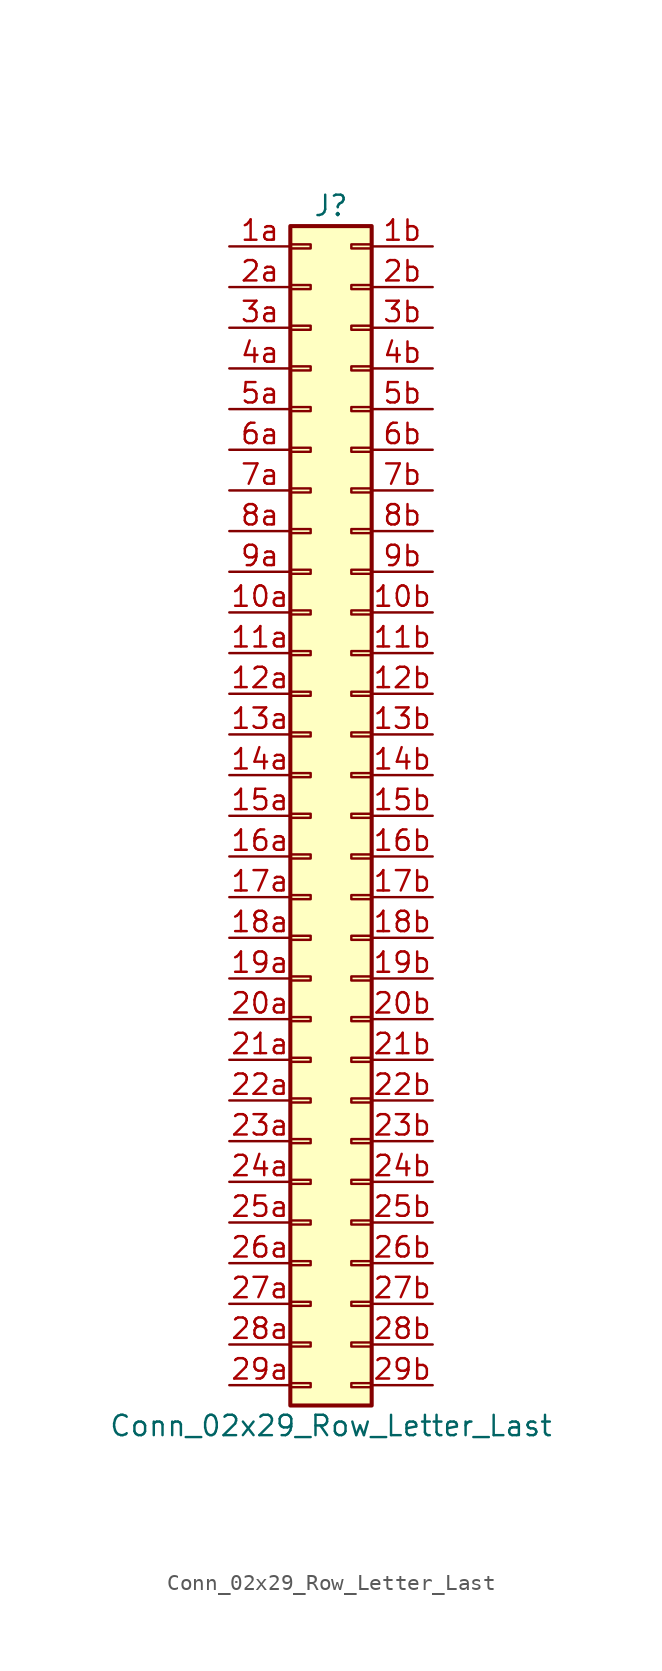
<source format=kicad_sym>
(kicad_symbol_lib
  (version 20220914)
  (generator kicad_symbol_editor)
  (symbol "Conn_02x29_Row_Letter_Last"
    (pin_names
      (offset 1.016) hide)
    (property "Reference" "J"
      (at 1.27 38.1 0)
      (effects (font (size 1.27 1.27))))
    (property "Value" "Conn_02x29_Row_Letter_Last"
      (at 1.27 -38.1 0)
      (effects (font (size 1.27 1.27))))
    (symbol "Conn_02x29_Row_Letter_Last_1_1"
      (rectangle (start -1.27 -35.433) (end 0 -35.687) (stroke (width 0.152) (type default)) (fill (type none)))
      (rectangle (start -1.27 -32.893) (end 0 -33.147) (stroke (width 0.152) (type default)) (fill (type none)))
      (rectangle (start -1.27 -30.353) (end 0 -30.607) (stroke (width 0.152) (type default)) (fill (type none)))
      (rectangle (start -1.27 -27.813) (end 0 -28.067) (stroke (width 0.152) (type default)) (fill (type none)))
      (rectangle (start -1.27 -25.273) (end 0 -25.527) (stroke (width 0.152) (type default)) (fill (type none)))
      (rectangle (start -1.27 -22.733) (end 0 -22.987) (stroke (width 0.152) (type default)) (fill (type none)))
      (rectangle (start -1.27 -20.193) (end 0 -20.447) (stroke (width 0.152) (type default)) (fill (type none)))
      (rectangle (start -1.27 -17.653) (end 0 -17.907) (stroke (width 0.152) (type default)) (fill (type none)))
      (rectangle (start -1.27 -15.113) (end 0 -15.367) (stroke (width 0.152) (type default)) (fill (type none)))
      (rectangle (start -1.27 -12.573) (end 0 -12.827) (stroke (width 0.152) (type default)) (fill (type none)))
      (rectangle (start -1.27 -10.033) (end 0 -10.287) (stroke (width 0.152) (type default)) (fill (type none)))
      (rectangle (start -1.27 -7.493) (end 0 -7.747) (stroke (width 0.152) (type default)) (fill (type none)))
      (rectangle (start -1.27 -4.953) (end 0 -5.207) (stroke (width 0.152) (type default)) (fill (type none)))
      (rectangle (start -1.27 -2.413) (end 0 -2.667) (stroke (width 0.152) (type default)) (fill (type none)))
      (rectangle (start -1.27 0.127) (end 0 -0.127) (stroke (width 0.152) (type default)) (fill (type none)))
      (rectangle (start -1.27 2.667) (end 0 2.413) (stroke (width 0.152) (type default)) (fill (type none)))
      (rectangle (start -1.27 5.207) (end 0 4.953) (stroke (width 0.152) (type default)) (fill (type none)))
      (rectangle (start -1.27 7.747) (end 0 7.493) (stroke (width 0.152) (type default)) (fill (type none)))
      (rectangle (start -1.27 10.287) (end 0 10.033) (stroke (width 0.152) (type default)) (fill (type none)))
      (rectangle (start -1.27 12.827) (end 0 12.573) (stroke (width 0.152) (type default)) (fill (type none)))
      (rectangle (start -1.27 15.367) (end 0 15.113) (stroke (width 0.152) (type default)) (fill (type none)))
      (rectangle (start -1.27 17.907) (end 0 17.653) (stroke (width 0.152) (type default)) (fill (type none)))
      (rectangle (start -1.27 20.447) (end 0 20.193) (stroke (width 0.152) (type default)) (fill (type none)))
      (rectangle (start -1.27 22.987) (end 0 22.733) (stroke (width 0.152) (type default)) (fill (type none)))
      (rectangle (start -1.27 25.527) (end 0 25.273) (stroke (width 0.152) (type default)) (fill (type none)))
      (rectangle (start -1.27 28.067) (end 0 27.813) (stroke (width 0.152) (type default)) (fill (type none)))
      (rectangle (start -1.27 30.607) (end 0 30.353) (stroke (width 0.152) (type default)) (fill (type none)))
      (rectangle (start -1.27 33.147) (end 0 32.893) (stroke (width 0.152) (type default)) (fill (type none)))
      (rectangle (start -1.27 35.687) (end 0 35.433) (stroke (width 0.152) (type default)) (fill (type none)))
      (rectangle (start -1.27 36.83) (end 3.81 -36.83) (stroke (width 0.254) (type default)) (fill (type background)))
      (rectangle (start 3.81 -35.433) (end 2.54 -35.687) (stroke (width 0.152) (type default)) (fill (type none)))
      (rectangle (start 3.81 -32.893) (end 2.54 -33.147) (stroke (width 0.152) (type default)) (fill (type none)))
      (rectangle (start 3.81 -30.353) (end 2.54 -30.607) (stroke (width 0.152) (type default)) (fill (type none)))
      (rectangle (start 3.81 -27.813) (end 2.54 -28.067) (stroke (width 0.152) (type default)) (fill (type none)))
      (rectangle (start 3.81 -25.273) (end 2.54 -25.527) (stroke (width 0.152) (type default)) (fill (type none)))
      (rectangle (start 3.81 -22.733) (end 2.54 -22.987) (stroke (width 0.152) (type default)) (fill (type none)))
      (rectangle (start 3.81 -20.193) (end 2.54 -20.447) (stroke (width 0.152) (type default)) (fill (type none)))
      (rectangle (start 3.81 -17.653) (end 2.54 -17.907) (stroke (width 0.152) (type default)) (fill (type none)))
      (rectangle (start 3.81 -15.113) (end 2.54 -15.367) (stroke (width 0.152) (type default)) (fill (type none)))
      (rectangle (start 3.81 -12.573) (end 2.54 -12.827) (stroke (width 0.152) (type default)) (fill (type none)))
      (rectangle (start 3.81 -10.033) (end 2.54 -10.287) (stroke (width 0.152) (type default)) (fill (type none)))
      (rectangle (start 3.81 -7.493) (end 2.54 -7.747) (stroke (width 0.152) (type default)) (fill (type none)))
      (rectangle (start 3.81 -4.953) (end 2.54 -5.207) (stroke (width 0.152) (type default)) (fill (type none)))
      (rectangle (start 3.81 -2.413) (end 2.54 -2.667) (stroke (width 0.152) (type default)) (fill (type none)))
      (rectangle (start 3.81 0.127) (end 2.54 -0.127) (stroke (width 0.152) (type default)) (fill (type none)))
      (rectangle (start 3.81 2.667) (end 2.54 2.413) (stroke (width 0.152) (type default)) (fill (type none)))
      (rectangle (start 3.81 5.207) (end 2.54 4.953) (stroke (width 0.152) (type default)) (fill (type none)))
      (rectangle (start 3.81 7.747) (end 2.54 7.493) (stroke (width 0.152) (type default)) (fill (type none)))
      (rectangle (start 3.81 10.287) (end 2.54 10.033) (stroke (width 0.152) (type default)) (fill (type none)))
      (rectangle (start 3.81 12.827) (end 2.54 12.573) (stroke (width 0.152) (type default)) (fill (type none)))
      (rectangle (start 3.81 15.367) (end 2.54 15.113) (stroke (width 0.152) (type default)) (fill (type none)))
      (rectangle (start 3.81 17.907) (end 2.54 17.653) (stroke (width 0.152) (type default)) (fill (type none)))
      (rectangle (start 3.81 20.447) (end 2.54 20.193) (stroke (width 0.152) (type default)) (fill (type none)))
      (rectangle (start 3.81 22.987) (end 2.54 22.733) (stroke (width 0.152) (type default)) (fill (type none)))
      (rectangle (start 3.81 25.527) (end 2.54 25.273) (stroke (width 0.152) (type default)) (fill (type none)))
      (rectangle (start 3.81 28.067) (end 2.54 27.813) (stroke (width 0.152) (type default)) (fill (type none)))
      (rectangle (start 3.81 30.607) (end 2.54 30.353) (stroke (width 0.152) (type default)) (fill (type none)))
      (rectangle (start 3.81 33.147) (end 2.54 32.893) (stroke (width 0.152) (type default)) (fill (type none)))
      (rectangle (start 3.81 35.687) (end 2.54 35.433) (stroke (width 0.152) (type default)) (fill (type none)))
      (pin passive line (at -5.08 12.7 0) (length 3.81) (name "Pin_10a" (effects (font (size 1.27 1.27)))) (number "10a" (effects (font (size 1.27 1.27)))))
      (pin passive line (at 7.62 12.7 180) (length 3.81) (name "Pin_10b" (effects (font (size 1.27 1.27)))) (number "10b" (effects (font (size 1.27 1.27)))))
      (pin passive line (at -5.08 10.16 0) (length 3.81) (name "Pin_11a" (effects (font (size 1.27 1.27)))) (number "11a" (effects (font (size 1.27 1.27)))))
      (pin passive line (at 7.62 10.16 180) (length 3.81) (name "Pin_11b" (effects (font (size 1.27 1.27)))) (number "11b" (effects (font (size 1.27 1.27)))))
      (pin passive line (at -5.08 7.62 0) (length 3.81) (name "Pin_12a" (effects (font (size 1.27 1.27)))) (number "12a" (effects (font (size 1.27 1.27)))))
      (pin passive line (at 7.62 7.62 180) (length 3.81) (name "Pin_12b" (effects (font (size 1.27 1.27)))) (number "12b" (effects (font (size 1.27 1.27)))))
      (pin passive line (at -5.08 5.08 0) (length 3.81) (name "Pin_13a" (effects (font (size 1.27 1.27)))) (number "13a" (effects (font (size 1.27 1.27)))))
      (pin passive line (at 7.62 5.08 180) (length 3.81) (name "Pin_13b" (effects (font (size 1.27 1.27)))) (number "13b" (effects (font (size 1.27 1.27)))))
      (pin passive line (at -5.08 2.54 0) (length 3.81) (name "Pin_14a" (effects (font (size 1.27 1.27)))) (number "14a" (effects (font (size 1.27 1.27)))))
      (pin passive line (at 7.62 2.54 180) (length 3.81) (name "Pin_14b" (effects (font (size 1.27 1.27)))) (number "14b" (effects (font (size 1.27 1.27)))))
      (pin passive line (at -5.08 0 0) (length 3.81) (name "Pin_15a" (effects (font (size 1.27 1.27)))) (number "15a" (effects (font (size 1.27 1.27)))))
      (pin passive line (at 7.62 0 180) (length 3.81) (name "Pin_15b" (effects (font (size 1.27 1.27)))) (number "15b" (effects (font (size 1.27 1.27)))))
      (pin passive line (at -5.08 -2.54 0) (length 3.81) (name "Pin_16a" (effects (font (size 1.27 1.27)))) (number "16a" (effects (font (size 1.27 1.27)))))
      (pin passive line (at 7.62 -2.54 180) (length 3.81) (name "Pin_16b" (effects (font (size 1.27 1.27)))) (number "16b" (effects (font (size 1.27 1.27)))))
      (pin passive line (at -5.08 -5.08 0) (length 3.81) (name "Pin_17a" (effects (font (size 1.27 1.27)))) (number "17a" (effects (font (size 1.27 1.27)))))
      (pin passive line (at 7.62 -5.08 180) (length 3.81) (name "Pin_17b" (effects (font (size 1.27 1.27)))) (number "17b" (effects (font (size 1.27 1.27)))))
      (pin passive line (at -5.08 -7.62 0) (length 3.81) (name "Pin_18a" (effects (font (size 1.27 1.27)))) (number "18a" (effects (font (size 1.27 1.27)))))
      (pin passive line (at 7.62 -7.62 180) (length 3.81) (name "Pin_18b" (effects (font (size 1.27 1.27)))) (number "18b" (effects (font (size 1.27 1.27)))))
      (pin passive line (at -5.08 -10.16 0) (length 3.81) (name "Pin_19a" (effects (font (size 1.27 1.27)))) (number "19a" (effects (font (size 1.27 1.27)))))
      (pin passive line (at 7.62 -10.16 180) (length 3.81) (name "Pin_19b" (effects (font (size 1.27 1.27)))) (number "19b" (effects (font (size 1.27 1.27)))))
      (pin passive line (at -5.08 35.56 0) (length 3.81) (name "Pin_1a" (effects (font (size 1.27 1.27)))) (number "1a" (effects (font (size 1.27 1.27)))))
      (pin passive line (at 7.62 35.56 180) (length 3.81) (name "Pin_1b" (effects (font (size 1.27 1.27)))) (number "1b" (effects (font (size 1.27 1.27)))))
      (pin passive line (at -5.08 -12.7 0) (length 3.81) (name "Pin_20a" (effects (font (size 1.27 1.27)))) (number "20a" (effects (font (size 1.27 1.27)))))
      (pin passive line (at 7.62 -12.7 180) (length 3.81) (name "Pin_20b" (effects (font (size 1.27 1.27)))) (number "20b" (effects (font (size 1.27 1.27)))))
      (pin passive line (at -5.08 -15.24 0) (length 3.81) (name "Pin_21a" (effects (font (size 1.27 1.27)))) (number "21a" (effects (font (size 1.27 1.27)))))
      (pin passive line (at 7.62 -15.24 180) (length 3.81) (name "Pin_21b" (effects (font (size 1.27 1.27)))) (number "21b" (effects (font (size 1.27 1.27)))))
      (pin passive line (at -5.08 -17.78 0) (length 3.81) (name "Pin_22a" (effects (font (size 1.27 1.27)))) (number "22a" (effects (font (size 1.27 1.27)))))
      (pin passive line (at 7.62 -17.78 180) (length 3.81) (name "Pin_22b" (effects (font (size 1.27 1.27)))) (number "22b" (effects (font (size 1.27 1.27)))))
      (pin passive line (at -5.08 -20.32 0) (length 3.81) (name "Pin_23a" (effects (font (size 1.27 1.27)))) (number "23a" (effects (font (size 1.27 1.27)))))
      (pin passive line (at 7.62 -20.32 180) (length 3.81) (name "Pin_23b" (effects (font (size 1.27 1.27)))) (number "23b" (effects (font (size 1.27 1.27)))))
      (pin passive line (at -5.08 -22.86 0) (length 3.81) (name "Pin_24a" (effects (font (size 1.27 1.27)))) (number "24a" (effects (font (size 1.27 1.27)))))
      (pin passive line (at 7.62 -22.86 180) (length 3.81) (name "Pin_24b" (effects (font (size 1.27 1.27)))) (number "24b" (effects (font (size 1.27 1.27)))))
      (pin passive line (at -5.08 -25.4 0) (length 3.81) (name "Pin_25a" (effects (font (size 1.27 1.27)))) (number "25a" (effects (font (size 1.27 1.27)))))
      (pin passive line (at 7.62 -25.4 180) (length 3.81) (name "Pin_25b" (effects (font (size 1.27 1.27)))) (number "25b" (effects (font (size 1.27 1.27)))))
      (pin passive line (at -5.08 -27.94 0) (length 3.81) (name "Pin_26a" (effects (font (size 1.27 1.27)))) (number "26a" (effects (font (size 1.27 1.27)))))
      (pin passive line (at 7.62 -27.94 180) (length 3.81) (name "Pin_26b" (effects (font (size 1.27 1.27)))) (number "26b" (effects (font (size 1.27 1.27)))))
      (pin passive line (at -5.08 -30.48 0) (length 3.81) (name "Pin_27a" (effects (font (size 1.27 1.27)))) (number "27a" (effects (font (size 1.27 1.27)))))
      (pin passive line (at 7.62 -30.48 180) (length 3.81) (name "Pin_27b" (effects (font (size 1.27 1.27)))) (number "27b" (effects (font (size 1.27 1.27)))))
      (pin passive line (at -5.08 -33.02 0) (length 3.81) (name "Pin_28a" (effects (font (size 1.27 1.27)))) (number "28a" (effects (font (size 1.27 1.27)))))
      (pin passive line (at 7.62 -33.02 180) (length 3.81) (name "Pin_28b" (effects (font (size 1.27 1.27)))) (number "28b" (effects (font (size 1.27 1.27)))))
      (pin passive line (at -5.08 -35.56 0) (length 3.81) (name "Pin_29a" (effects (font (size 1.27 1.27)))) (number "29a" (effects (font (size 1.27 1.27)))))
      (pin passive line (at 7.62 -35.56 180) (length 3.81) (name "Pin_29b" (effects (font (size 1.27 1.27)))) (number "29b" (effects (font (size 1.27 1.27)))))
      (pin passive line (at -5.08 33.02 0) (length 3.81) (name "Pin_2a" (effects (font (size 1.27 1.27)))) (number "2a" (effects (font (size 1.27 1.27)))))
      (pin passive line (at 7.62 33.02 180) (length 3.81) (name "Pin_2b" (effects (font (size 1.27 1.27)))) (number "2b" (effects (font (size 1.27 1.27)))))
      (pin passive line (at -5.08 30.48 0) (length 3.81) (name "Pin_3a" (effects (font (size 1.27 1.27)))) (number "3a" (effects (font (size 1.27 1.27)))))
      (pin passive line (at 7.62 30.48 180) (length 3.81) (name "Pin_3b" (effects (font (size 1.27 1.27)))) (number "3b" (effects (font (size 1.27 1.27)))))
      (pin passive line (at -5.08 27.94 0) (length 3.81) (name "Pin_4a" (effects (font (size 1.27 1.27)))) (number "4a" (effects (font (size 1.27 1.27)))))
      (pin passive line (at 7.62 27.94 180) (length 3.81) (name "Pin_4b" (effects (font (size 1.27 1.27)))) (number "4b" (effects (font (size 1.27 1.27)))))
      (pin passive line (at -5.08 25.4 0) (length 3.81) (name "Pin_5a" (effects (font (size 1.27 1.27)))) (number "5a" (effects (font (size 1.27 1.27)))))
      (pin passive line (at 7.62 25.4 180) (length 3.81) (name "Pin_5b" (effects (font (size 1.27 1.27)))) (number "5b" (effects (font (size 1.27 1.27)))))
      (pin passive line (at -5.08 22.86 0) (length 3.81) (name "Pin_6a" (effects (font (size 1.27 1.27)))) (number "6a" (effects (font (size 1.27 1.27)))))
      (pin passive line (at 7.62 22.86 180) (length 3.81) (name "Pin_6b" (effects (font (size 1.27 1.27)))) (number "6b" (effects (font (size 1.27 1.27)))))
      (pin passive line (at -5.08 20.32 0) (length 3.81) (name "Pin_7a" (effects (font (size 1.27 1.27)))) (number "7a" (effects (font (size 1.27 1.27)))))
      (pin passive line (at 7.62 20.32 180) (length 3.81) (name "Pin_7b" (effects (font (size 1.27 1.27)))) (number "7b" (effects (font (size 1.27 1.27)))))
      (pin passive line (at -5.08 17.78 0) (length 3.81) (name "Pin_8a" (effects (font (size 1.27 1.27)))) (number "8a" (effects (font (size 1.27 1.27)))))
      (pin passive line (at 7.62 17.78 180) (length 3.81) (name "Pin_8b" (effects (font (size 1.27 1.27)))) (number "8b" (effects (font (size 1.27 1.27)))))
      (pin passive line (at -5.08 15.24 0) (length 3.81) (name "Pin_9a" (effects (font (size 1.27 1.27)))) (number "9a" (effects (font (size 1.27 1.27)))))
      (pin passive line (at 7.62 15.24 180) (length 3.81) (name "Pin_9b" (effects (font (size 1.27 1.27)))) (number "9b" (effects (font (size 1.27 1.27))))))))
</source>
